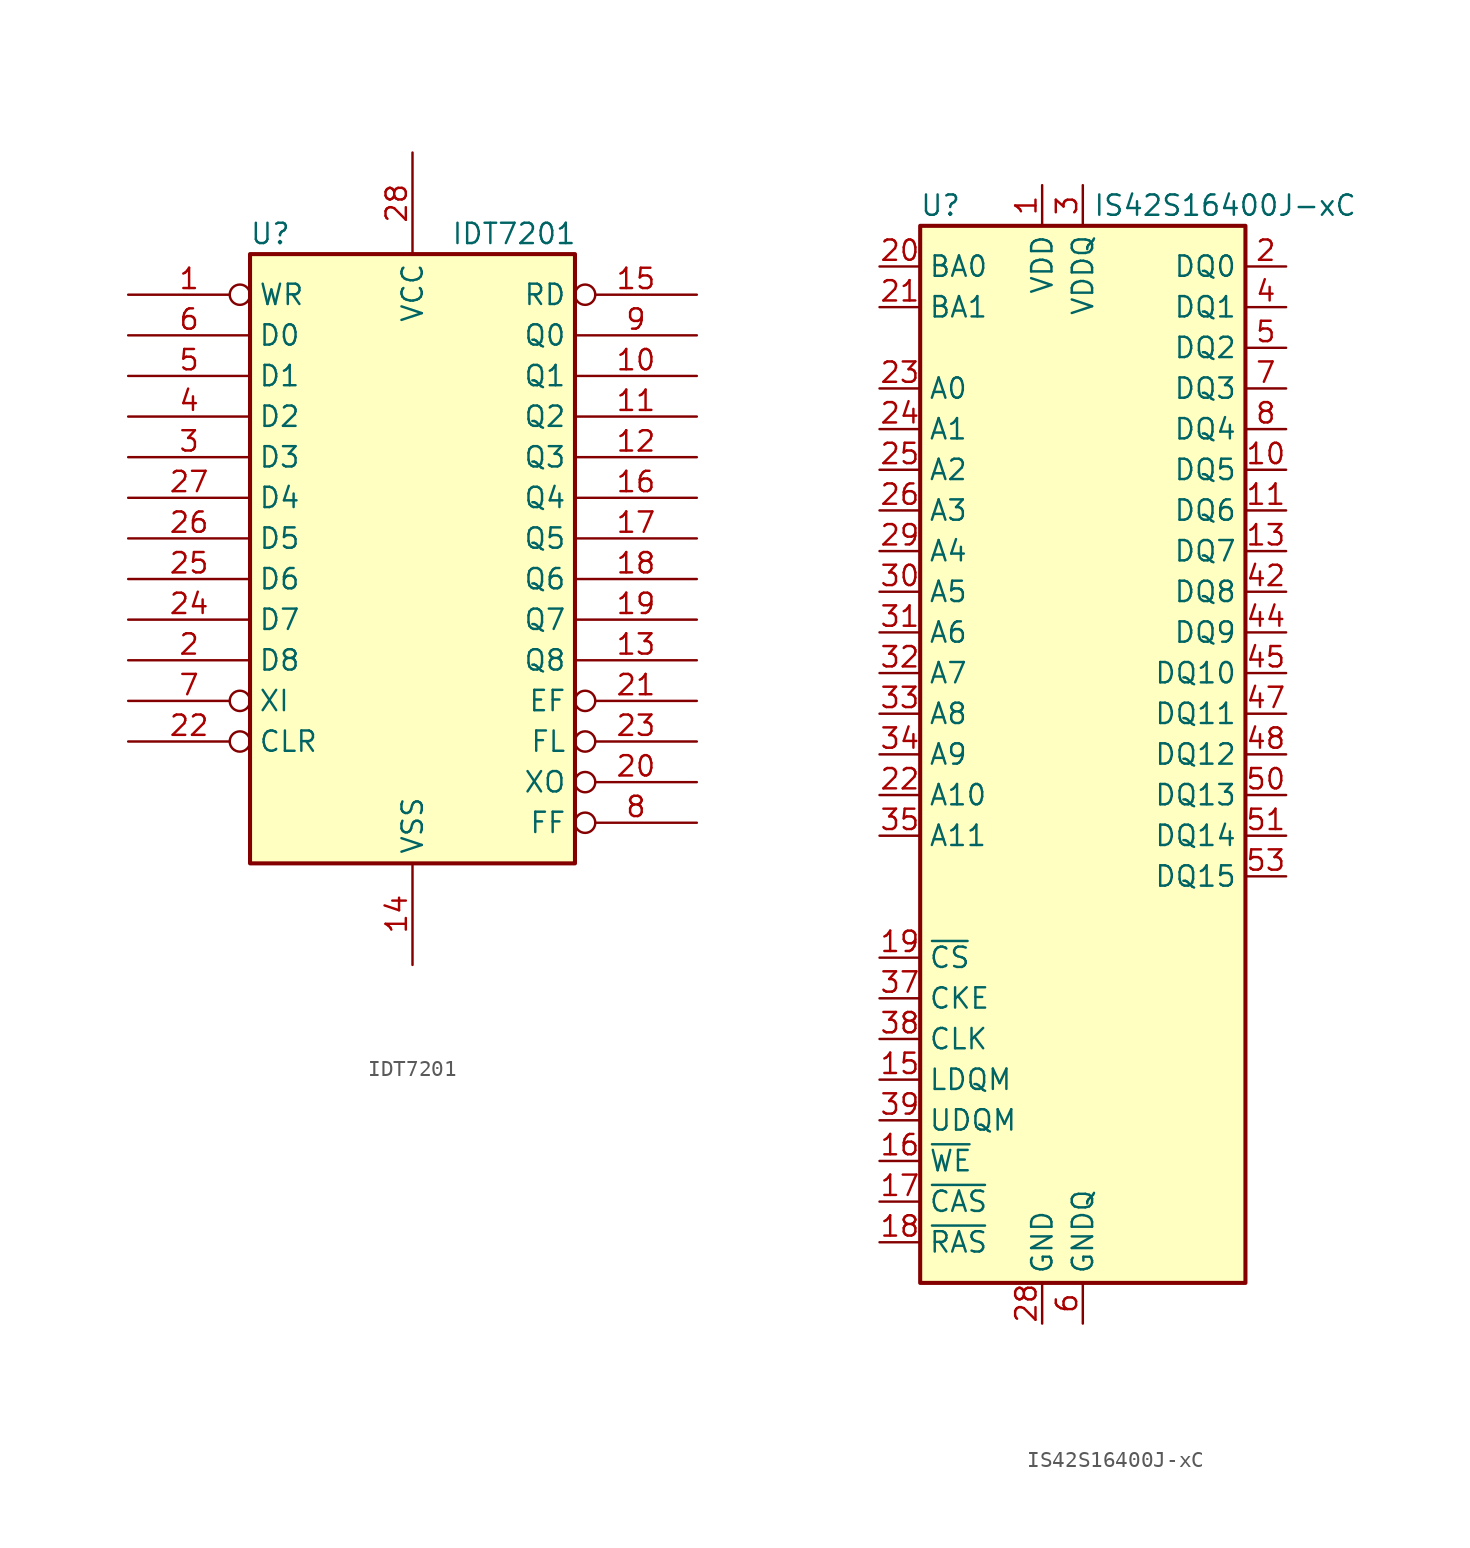
<source format=kicad_sym>
(kicad_symbol_lib
  (version 20211014)
  (generator kicad_symbol_editor)
  (symbol "IDT7201"
    (property "Reference" "U"
      (at -8.89 20.32 0)
      (effects (font (size 1.27 1.27))))
    (property "Value" "IDT7201"
      (at 6.35 20.32 0)
      (effects (font (size 1.27 1.27))))
    (symbol "IDT7201_0_1"
      (rectangle (start -10.16 -19.05) (end 10.16 19.05) (stroke (width 0.254) (type default) (color 0 0 0 0)) (fill (type background))))
    (symbol "IDT7201_1_1"
      (pin input inverted (at -17.78 16.51 0) (length 7.62) (name "WR" (effects (font (size 1.27 1.27)))) (number "1" (effects (font (size 1.27 1.27)))))
      (pin tri_state line (at 17.78 11.43 180) (length 7.62) (name "Q1" (effects (font (size 1.27 1.27)))) (number "10" (effects (font (size 1.27 1.27)))))
      (pin tri_state line (at 17.78 8.89 180) (length 7.62) (name "Q2" (effects (font (size 1.27 1.27)))) (number "11" (effects (font (size 1.27 1.27)))))
      (pin tri_state line (at 17.78 6.35 180) (length 7.62) (name "Q3" (effects (font (size 1.27 1.27)))) (number "12" (effects (font (size 1.27 1.27)))))
      (pin tri_state line (at 17.78 -6.35 180) (length 7.62) (name "Q8" (effects (font (size 1.27 1.27)))) (number "13" (effects (font (size 1.27 1.27)))))
      (pin power_in line (at 0 -25.4 90) (length 6.35) (name "VSS" (effects (font (size 1.27 1.27)))) (number "14" (effects (font (size 1.27 1.27)))))
      (pin input inverted (at 17.78 16.51 180) (length 7.62) (name "RD" (effects (font (size 1.27 1.27)))) (number "15" (effects (font (size 1.27 1.27)))))
      (pin tri_state line (at 17.78 3.81 180) (length 7.62) (name "Q4" (effects (font (size 1.27 1.27)))) (number "16" (effects (font (size 1.27 1.27)))))
      (pin tri_state line (at 17.78 1.27 180) (length 7.62) (name "Q5" (effects (font (size 1.27 1.27)))) (number "17" (effects (font (size 1.27 1.27)))))
      (pin tri_state line (at 17.78 -1.27 180) (length 7.62) (name "Q6" (effects (font (size 1.27 1.27)))) (number "18" (effects (font (size 1.27 1.27)))))
      (pin tri_state line (at 17.78 -3.81 180) (length 7.62) (name "Q7" (effects (font (size 1.27 1.27)))) (number "19" (effects (font (size 1.27 1.27)))))
      (pin input line (at -17.78 -6.35 0) (length 7.62) (name "D8" (effects (font (size 1.27 1.27)))) (number "2" (effects (font (size 1.27 1.27)))))
      (pin input inverted (at 17.78 -13.97 180) (length 7.62) (name "XO" (effects (font (size 1.27 1.27)))) (number "20" (effects (font (size 1.27 1.27)))))
      (pin output inverted (at 17.78 -8.89 180) (length 7.62) (name "EF" (effects (font (size 1.27 1.27)))) (number "21" (effects (font (size 1.27 1.27)))))
      (pin input inverted (at -17.78 -11.43 0) (length 7.62) (name "CLR" (effects (font (size 1.27 1.27)))) (number "22" (effects (font (size 1.27 1.27)))))
      (pin input inverted (at 17.78 -11.43 180) (length 7.62) (name "FL" (effects (font (size 1.27 1.27)))) (number "23" (effects (font (size 1.27 1.27)))))
      (pin input line (at -17.78 -3.81 0) (length 7.62) (name "D7" (effects (font (size 1.27 1.27)))) (number "24" (effects (font (size 1.27 1.27)))))
      (pin input line (at -17.78 -1.27 0) (length 7.62) (name "D6" (effects (font (size 1.27 1.27)))) (number "25" (effects (font (size 1.27 1.27)))))
      (pin input line (at -17.78 1.27 0) (length 7.62) (name "D5" (effects (font (size 1.27 1.27)))) (number "26" (effects (font (size 1.27 1.27)))))
      (pin input line (at -17.78 3.81 0) (length 7.62) (name "D4" (effects (font (size 1.27 1.27)))) (number "27" (effects (font (size 1.27 1.27)))))
      (pin power_in line (at 0 25.4 270) (length 6.35) (name "VCC" (effects (font (size 1.27 1.27)))) (number "28" (effects (font (size 1.27 1.27)))))
      (pin input line (at -17.78 6.35 0) (length 7.62) (name "D3" (effects (font (size 1.27 1.27)))) (number "3" (effects (font (size 1.27 1.27)))))
      (pin input line (at -17.78 8.89 0) (length 7.62) (name "D2" (effects (font (size 1.27 1.27)))) (number "4" (effects (font (size 1.27 1.27)))))
      (pin input line (at -17.78 11.43 0) (length 7.62) (name "D1" (effects (font (size 1.27 1.27)))) (number "5" (effects (font (size 1.27 1.27)))))
      (pin input line (at -17.78 13.97 0) (length 7.62) (name "D0" (effects (font (size 1.27 1.27)))) (number "6" (effects (font (size 1.27 1.27)))))
      (pin input inverted (at -17.78 -8.89 0) (length 7.62) (name "XI" (effects (font (size 1.27 1.27)))) (number "7" (effects (font (size 1.27 1.27)))))
      (pin output inverted (at 17.78 -16.51 180) (length 7.62) (name "FF" (effects (font (size 1.27 1.27)))) (number "8" (effects (font (size 1.27 1.27)))))
      (pin tri_state line (at 17.78 13.97 180) (length 7.62) (name "Q0" (effects (font (size 1.27 1.27)))) (number "9" (effects (font (size 1.27 1.27)))))))
  (symbol "IS42S16400J-xC"
    (property "Reference" "U"
      (at -8.89 34.29 0)
      (effects (font (size 1.27 1.27))))
    (property "Value" "IS42S16400J-xC"
      (at 8.89 34.29 0)
      (effects (font (size 1.27 1.27))))
    (symbol "IS42S16400J-xC_1_1"
      (rectangle (start -10.16 33.02) (end 10.16 -33.02) (stroke (width 0.254) (type default) (color 0 0 0 0)) (fill (type background)))
      (pin power_in line (at -2.54 35.56 270) (length 2.54) (name "VDD" (effects (font (size 1.27 1.27)))) (number "1" (effects (font (size 1.27 1.27)))))
      (pin bidirectional line (at 12.7 17.78 180) (length 2.54) (name "DQ5" (effects (font (size 1.27 1.27)))) (number "10" (effects (font (size 1.27 1.27)))))
      (pin bidirectional line (at 12.7 15.24 180) (length 2.54) (name "DQ6" (effects (font (size 1.27 1.27)))) (number "11" (effects (font (size 1.27 1.27)))))
      (pin passive line (at 0 -35.56 90) (length 2.54) hide (name "GNDQ" (effects (font (size 1.27 1.27)))) (number "12" (effects (font (size 1.27 1.27)))))
      (pin bidirectional line (at 12.7 12.7 180) (length 2.54) (name "DQ7" (effects (font (size 1.27 1.27)))) (number "13" (effects (font (size 1.27 1.27)))))
      (pin passive line (at -2.54 35.56 270) (length 2.54) hide (name "VDD" (effects (font (size 1.27 1.27)))) (number "14" (effects (font (size 1.27 1.27)))))
      (pin input line (at -12.7 -20.32 0) (length 2.54) (name "LDQM" (effects (font (size 1.27 1.27)))) (number "15" (effects (font (size 1.27 1.27)))))
      (pin input line (at -12.7 -25.4 0) (length 2.54) (name "~{WE}" (effects (font (size 1.27 1.27)))) (number "16" (effects (font (size 1.27 1.27)))))
      (pin input line (at -12.7 -27.94 0) (length 2.54) (name "~{CAS}" (effects (font (size 1.27 1.27)))) (number "17" (effects (font (size 1.27 1.27)))))
      (pin input line (at -12.7 -30.48 0) (length 2.54) (name "~{RAS}" (effects (font (size 1.27 1.27)))) (number "18" (effects (font (size 1.27 1.27)))))
      (pin input line (at -12.7 -12.7 0) (length 2.54) (name "~{CS}" (effects (font (size 1.27 1.27)))) (number "19" (effects (font (size 1.27 1.27)))))
      (pin bidirectional line (at 12.7 30.48 180) (length 2.54) (name "DQ0" (effects (font (size 1.27 1.27)))) (number "2" (effects (font (size 1.27 1.27)))))
      (pin input line (at -12.7 30.48 0) (length 2.54) (name "BA0" (effects (font (size 1.27 1.27)))) (number "20" (effects (font (size 1.27 1.27)))))
      (pin input line (at -12.7 27.94 0) (length 2.54) (name "BA1" (effects (font (size 1.27 1.27)))) (number "21" (effects (font (size 1.27 1.27)))))
      (pin input line (at -12.7 -2.54 0) (length 2.54) (name "A10" (effects (font (size 1.27 1.27)))) (number "22" (effects (font (size 1.27 1.27)))))
      (pin input line (at -12.7 22.86 0) (length 2.54) (name "A0" (effects (font (size 1.27 1.27)))) (number "23" (effects (font (size 1.27 1.27)))))
      (pin input line (at -12.7 20.32 0) (length 2.54) (name "A1" (effects (font (size 1.27 1.27)))) (number "24" (effects (font (size 1.27 1.27)))))
      (pin input line (at -12.7 17.78 0) (length 2.54) (name "A2" (effects (font (size 1.27 1.27)))) (number "25" (effects (font (size 1.27 1.27)))))
      (pin input line (at -12.7 15.24 0) (length 2.54) (name "A3" (effects (font (size 1.27 1.27)))) (number "26" (effects (font (size 1.27 1.27)))))
      (pin passive line (at -2.54 35.56 270) (length 2.54) hide (name "VDD" (effects (font (size 1.27 1.27)))) (number "27" (effects (font (size 1.27 1.27)))))
      (pin power_in line (at -2.54 -35.56 90) (length 2.54) (name "GND" (effects (font (size 1.27 1.27)))) (number "28" (effects (font (size 1.27 1.27)))))
      (pin input line (at -12.7 12.7 0) (length 2.54) (name "A4" (effects (font (size 1.27 1.27)))) (number "29" (effects (font (size 1.27 1.27)))))
      (pin power_in line (at 0 35.56 270) (length 2.54) (name "VDDQ" (effects (font (size 1.27 1.27)))) (number "3" (effects (font (size 1.27 1.27)))))
      (pin input line (at -12.7 10.16 0) (length 2.54) (name "A5" (effects (font (size 1.27 1.27)))) (number "30" (effects (font (size 1.27 1.27)))))
      (pin input line (at -12.7 7.62 0) (length 2.54) (name "A6" (effects (font (size 1.27 1.27)))) (number "31" (effects (font (size 1.27 1.27)))))
      (pin input line (at -12.7 5.08 0) (length 2.54) (name "A7" (effects (font (size 1.27 1.27)))) (number "32" (effects (font (size 1.27 1.27)))))
      (pin input line (at -12.7 2.54 0) (length 2.54) (name "A8" (effects (font (size 1.27 1.27)))) (number "33" (effects (font (size 1.27 1.27)))))
      (pin input line (at -12.7 0 0) (length 2.54) (name "A9" (effects (font (size 1.27 1.27)))) (number "34" (effects (font (size 1.27 1.27)))))
      (pin input line (at -12.7 -5.08 0) (length 2.54) (name "A11" (effects (font (size 1.27 1.27)))) (number "35" (effects (font (size 1.27 1.27)))))
      (pin no_connect line (at 10.16 -17.78 180) (length 2.54) hide (name "NC" (effects (font (size 1.27 1.27)))) (number "36" (effects (font (size 1.27 1.27)))))
      (pin input line (at -12.7 -15.24 0) (length 2.54) (name "CKE" (effects (font (size 1.27 1.27)))) (number "37" (effects (font (size 1.27 1.27)))))
      (pin input line (at -12.7 -17.78 0) (length 2.54) (name "CLK" (effects (font (size 1.27 1.27)))) (number "38" (effects (font (size 1.27 1.27)))))
      (pin input line (at -12.7 -22.86 0) (length 2.54) (name "UDQM" (effects (font (size 1.27 1.27)))) (number "39" (effects (font (size 1.27 1.27)))))
      (pin bidirectional line (at 12.7 27.94 180) (length 2.54) (name "DQ1" (effects (font (size 1.27 1.27)))) (number "4" (effects (font (size 1.27 1.27)))))
      (pin no_connect line (at 10.16 -20.32 180) (length 2.54) hide (name "NC" (effects (font (size 1.27 1.27)))) (number "40" (effects (font (size 1.27 1.27)))))
      (pin passive line (at -2.54 -35.56 90) (length 2.54) hide (name "GND" (effects (font (size 1.27 1.27)))) (number "41" (effects (font (size 1.27 1.27)))))
      (pin bidirectional line (at 12.7 10.16 180) (length 2.54) (name "DQ8" (effects (font (size 1.27 1.27)))) (number "42" (effects (font (size 1.27 1.27)))))
      (pin passive line (at 0 35.56 270) (length 2.54) hide (name "VDDQ" (effects (font (size 1.27 1.27)))) (number "43" (effects (font (size 1.27 1.27)))))
      (pin bidirectional line (at 12.7 7.62 180) (length 2.54) (name "DQ9" (effects (font (size 1.27 1.27)))) (number "44" (effects (font (size 1.27 1.27)))))
      (pin bidirectional line (at 12.7 5.08 180) (length 2.54) (name "DQ10" (effects (font (size 1.27 1.27)))) (number "45" (effects (font (size 1.27 1.27)))))
      (pin passive line (at 0 -35.56 90) (length 2.54) hide (name "GNDQ" (effects (font (size 1.27 1.27)))) (number "46" (effects (font (size 1.27 1.27)))))
      (pin bidirectional line (at 12.7 2.54 180) (length 2.54) (name "DQ11" (effects (font (size 1.27 1.27)))) (number "47" (effects (font (size 1.27 1.27)))))
      (pin bidirectional line (at 12.7 0 180) (length 2.54) (name "DQ12" (effects (font (size 1.27 1.27)))) (number "48" (effects (font (size 1.27 1.27)))))
      (pin passive line (at 0 35.56 270) (length 2.54) hide (name "VDDQ" (effects (font (size 1.27 1.27)))) (number "49" (effects (font (size 1.27 1.27)))))
      (pin bidirectional line (at 12.7 25.4 180) (length 2.54) (name "DQ2" (effects (font (size 1.27 1.27)))) (number "5" (effects (font (size 1.27 1.27)))))
      (pin bidirectional line (at 12.7 -2.54 180) (length 2.54) (name "DQ13" (effects (font (size 1.27 1.27)))) (number "50" (effects (font (size 1.27 1.27)))))
      (pin bidirectional line (at 12.7 -5.08 180) (length 2.54) (name "DQ14" (effects (font (size 1.27 1.27)))) (number "51" (effects (font (size 1.27 1.27)))))
      (pin passive line (at 0 -35.56 90) (length 2.54) hide (name "GNDQ" (effects (font (size 1.27 1.27)))) (number "52" (effects (font (size 1.27 1.27)))))
      (pin bidirectional line (at 12.7 -7.62 180) (length 2.54) (name "DQ15" (effects (font (size 1.27 1.27)))) (number "53" (effects (font (size 1.27 1.27)))))
      (pin passive line (at -2.54 -35.56 90) (length 2.54) hide (name "GND" (effects (font (size 1.27 1.27)))) (number "54" (effects (font (size 1.27 1.27)))))
      (pin power_in line (at 0 -35.56 90) (length 2.54) (name "GNDQ" (effects (font (size 1.27 1.27)))) (number "6" (effects (font (size 1.27 1.27)))))
      (pin bidirectional line (at 12.7 22.86 180) (length 2.54) (name "DQ3" (effects (font (size 1.27 1.27)))) (number "7" (effects (font (size 1.27 1.27)))))
      (pin bidirectional line (at 12.7 20.32 180) (length 2.54) (name "DQ4" (effects (font (size 1.27 1.27)))) (number "8" (effects (font (size 1.27 1.27)))))
      (pin passive line (at 0 35.56 270) (length 2.54) hide (name "VDDQ" (effects (font (size 1.27 1.27)))) (number "9" (effects (font (size 1.27 1.27))))))))
</source>
